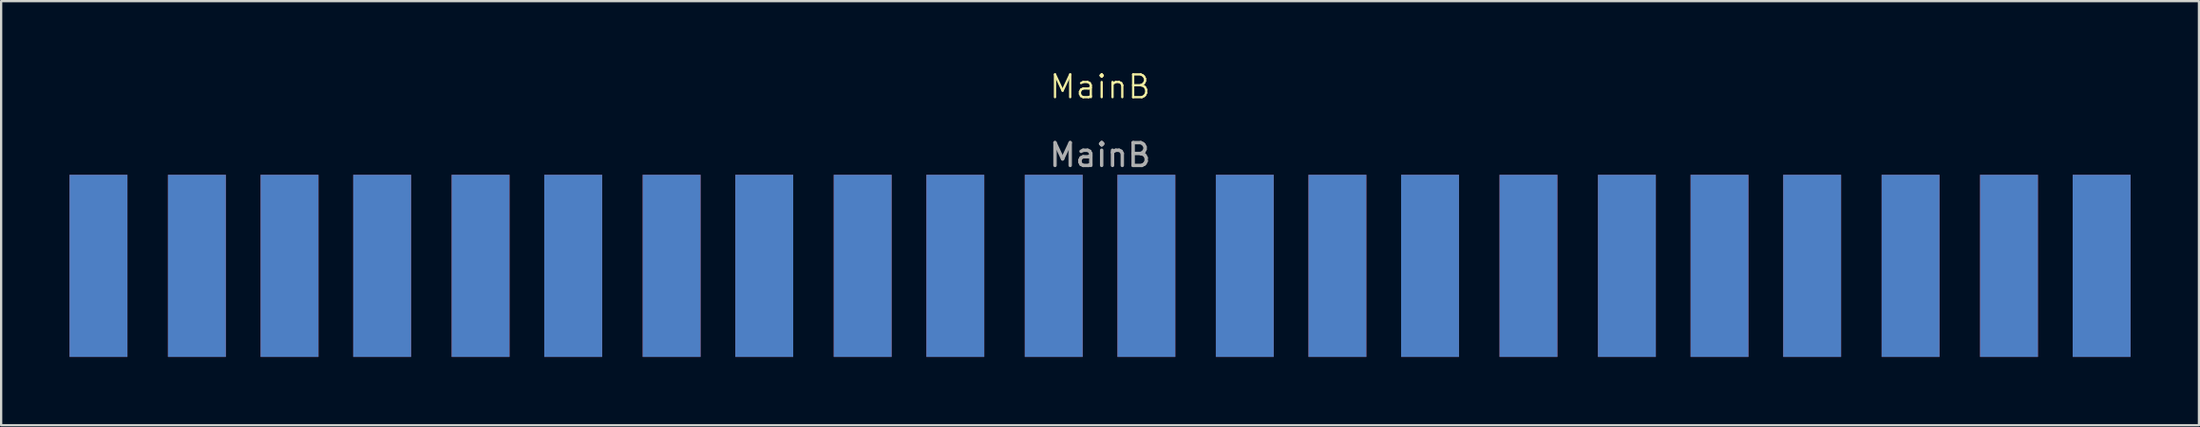
<source format=kicad_pcb>
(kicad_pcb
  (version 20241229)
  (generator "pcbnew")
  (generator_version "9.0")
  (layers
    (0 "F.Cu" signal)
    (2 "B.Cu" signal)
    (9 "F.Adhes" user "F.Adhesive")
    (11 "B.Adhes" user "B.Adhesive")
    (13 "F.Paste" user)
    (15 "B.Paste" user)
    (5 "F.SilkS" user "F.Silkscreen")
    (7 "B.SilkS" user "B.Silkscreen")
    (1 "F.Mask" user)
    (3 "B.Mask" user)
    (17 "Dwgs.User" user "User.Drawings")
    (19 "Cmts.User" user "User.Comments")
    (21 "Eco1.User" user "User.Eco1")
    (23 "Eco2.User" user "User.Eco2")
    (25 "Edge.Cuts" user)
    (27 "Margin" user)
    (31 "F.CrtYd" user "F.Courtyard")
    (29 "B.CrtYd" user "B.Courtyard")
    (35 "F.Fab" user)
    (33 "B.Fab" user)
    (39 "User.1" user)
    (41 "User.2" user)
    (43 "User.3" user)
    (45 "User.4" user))
  (footprint "MainB"
    (layer "F.Cu")
    (at 45.212 4.562)
    (property "Reference" "MainB" (at 0 -3.802 0) (unlocked yes) (layer "F.SilkS") (effects (font (size 1 1) (thickness 0.1))))
    (attr smd)
    (fp_text user "${REFERENCE}" (at 0 -0.802 0) (unlocked yes) (layer "F.Fab") (effects (font (size 1 1) (thickness 0.15))))
    (pad "1" connect rect (at -43.942 4.064) (size 2.54 8) (layers "F.Cu" "F.Mask"))
    (pad "1" connect rect (at -43.942 4.064) (size 2.54 8) (layers "B.Cu" "B.Mask"))
    (pad "2" connect rect (at -39.624 4.064) (size 2.54 8) (layers "F.Cu" "F.Mask"))
    (pad "2" connect rect (at -39.624 4.064) (size 2.54 8) (layers "B.Cu" "B.Mask"))
    (pad "3" connect rect (at -35.56 4.064) (size 2.54 8) (layers "F.Cu" "F.Mask"))
    (pad "3" connect rect (at -35.56 4.064) (size 2.54 8) (layers "B.Cu" "B.Mask"))
    (pad "4" connect rect (at -31.496 4.064) (size 2.54 8) (layers "F.Cu" "F.Mask"))
    (pad "4" connect rect (at -31.496 4.064) (size 2.54 8) (layers "B.Cu" "B.Mask"))
    (pad "5" connect rect (at -27.178 4.064) (size 2.54 8) (layers "F.Cu" "F.Mask"))
    (pad "5" connect rect (at -27.178 4.064) (size 2.54 8) (layers "B.Cu" "B.Mask"))
    (pad "6" connect rect (at -23.114 4.064) (size 2.54 8) (layers "F.Cu" "F.Mask"))
    (pad "6" connect rect (at -23.114 4.064) (size 2.54 8) (layers "B.Cu" "B.Mask"))
    (pad "7" connect rect (at -18.796 4.064) (size 2.54 8) (layers "F.Cu" "F.Mask"))
    (pad "7" connect rect (at -18.796 4.064) (size 2.54 8) (layers "B.Cu" "B.Mask"))
    (pad "8" connect rect (at -14.732 4.064) (size 2.54 8) (layers "F.Cu" "F.Mask"))
    (pad "8" connect rect (at -14.732 4.064) (size 2.54 8) (layers "B.Cu" "B.Mask"))
    (pad "9" connect rect (at -10.414 4.064) (size 2.54 8) (layers "F.Cu" "F.Mask"))
    (pad "9" connect rect (at -10.414 4.064) (size 2.54 8) (layers "B.Cu" "B.Mask"))
    (pad "10" connect rect (at -6.35 4.064) (size 2.54 8) (layers "F.Cu" "F.Mask"))
    (pad "10" connect rect (at -6.35 4.064) (size 2.54 8) (layers "B.Cu" "B.Mask"))
    (pad "11" connect rect (at -2.032 4.064) (size 2.54 8) (layers "F.Cu" "F.Mask"))
    (pad "11" connect rect (at -2.032 4.064) (size 2.54 8) (layers "B.Cu" "B.Mask"))
    (pad "12" connect rect (at 2.032 4.064) (size 2.54 8) (layers "F.Cu" "F.Mask"))
    (pad "12" connect rect (at 2.032 4.064) (size 2.54 8) (layers "B.Cu" "B.Mask"))
    (pad "13" connect rect (at 6.35 4.064) (size 2.54 8) (layers "F.Cu" "F.Mask"))
    (pad "13" connect rect (at 6.35 4.064) (size 2.54 8) (layers "B.Cu" "B.Mask"))
    (pad "14" connect rect (at 10.414 4.064) (size 2.54 8) (layers "F.Cu" "F.Mask"))
    (pad "14" connect rect (at 10.414 4.064) (size 2.54 8) (layers "B.Cu" "B.Mask"))
    (pad "15" connect rect (at 14.478 4.064) (size 2.54 8) (layers "F.Cu" "F.Mask"))
    (pad "15" connect rect (at 14.478 4.064) (size 2.54 8) (layers "B.Cu" "B.Mask"))
    (pad "16" connect rect (at 18.796 4.064) (size 2.54 8) (layers "F.Cu" "F.Mask"))
    (pad "16" connect rect (at 18.796 4.064) (size 2.54 8) (layers "B.Cu" "B.Mask"))
    (pad "17" connect rect (at 23.114 4.064) (size 2.54 8) (layers "F.Cu" "F.Mask"))
    (pad "17" connect rect (at 23.114 4.064) (size 2.54 8) (layers "B.Cu" "B.Mask"))
    (pad "18" connect rect (at 27.178 4.064) (size 2.54 8) (layers "F.Cu" "F.Mask"))
    (pad "18" connect rect (at 27.178 4.064) (size 2.54 8) (layers "B.Cu" "B.Mask"))
    (pad "19" connect rect (at 31.242 4.064) (size 2.54 8) (layers "F.Cu" "F.Mask"))
    (pad "19" connect rect (at 31.242 4.064) (size 2.54 8) (layers "B.Cu" "B.Mask"))
    (pad "20" connect rect (at 35.56 4.064) (size 2.54 8) (layers "F.Cu" "F.Mask"))
    (pad "20" connect rect (at 35.56 4.064) (size 2.54 8) (layers "B.Cu" "B.Mask"))
    (pad "21" connect rect (at 39.878 4.064) (size 2.54 8) (layers "F.Cu" "F.Mask"))
    (pad "21" connect rect (at 39.878 4.064) (size 2.54 8) (layers "B.Cu" "B.Mask"))
    (pad "22" connect rect (at 43.942 4.064) (size 2.54 8) (layers "F.Cu" "F.Mask"))
    (pad "22" connect rect (at 43.942 4.064) (size 2.54 8) (layers "B.Cu" "B.Mask")))
  (gr_rect
    (start -3 -3)
    (end 93.424 15.627)
    (stroke (width 0.1) (type default))
    (fill no)
    (layer "Edge.Cuts")))
</source>
